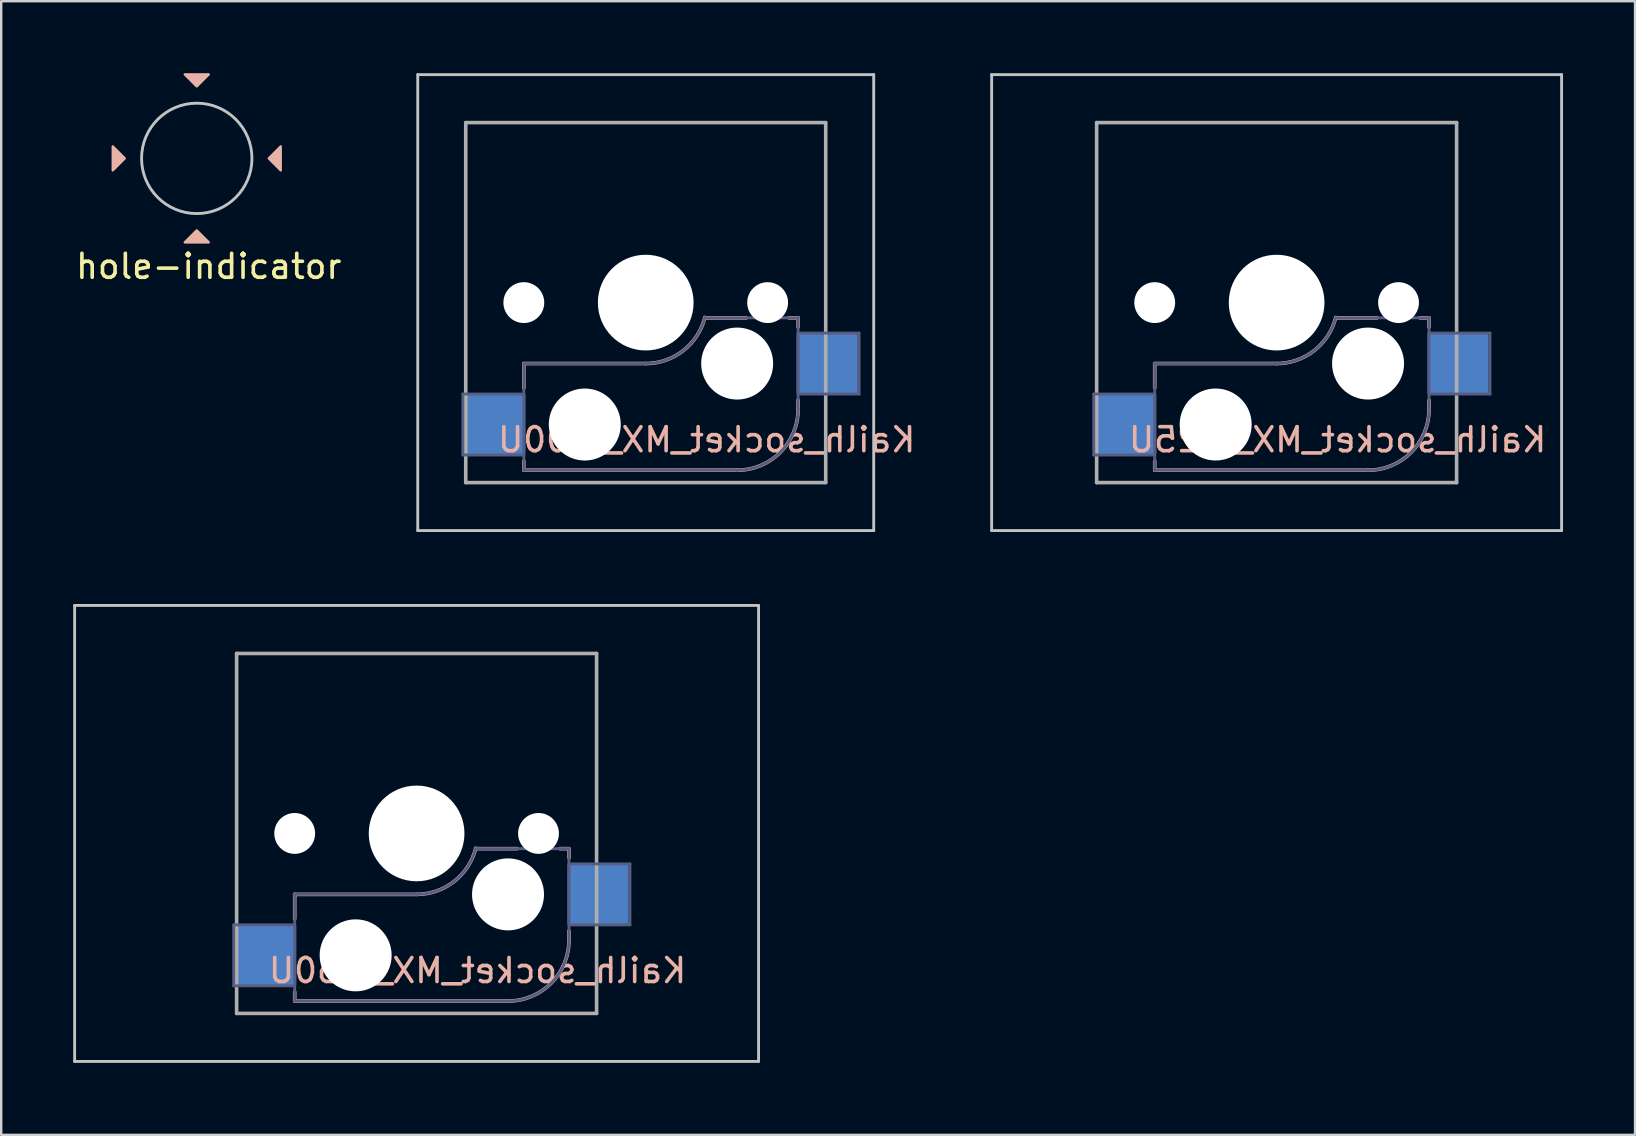
<source format=kicad_pcb>
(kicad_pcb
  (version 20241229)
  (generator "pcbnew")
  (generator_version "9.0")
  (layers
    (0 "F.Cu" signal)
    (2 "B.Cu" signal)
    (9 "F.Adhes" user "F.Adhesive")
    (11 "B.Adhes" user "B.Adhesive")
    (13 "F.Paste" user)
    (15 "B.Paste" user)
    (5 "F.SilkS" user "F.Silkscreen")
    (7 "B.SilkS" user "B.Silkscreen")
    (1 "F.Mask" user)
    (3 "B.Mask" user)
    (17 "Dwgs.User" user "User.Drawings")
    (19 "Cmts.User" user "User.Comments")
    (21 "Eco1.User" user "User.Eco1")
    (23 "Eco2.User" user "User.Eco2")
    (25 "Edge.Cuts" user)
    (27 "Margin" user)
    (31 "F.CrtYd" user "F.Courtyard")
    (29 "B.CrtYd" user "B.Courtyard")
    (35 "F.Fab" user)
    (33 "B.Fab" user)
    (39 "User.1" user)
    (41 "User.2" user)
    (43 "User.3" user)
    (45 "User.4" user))
  (footprint "Kailh_socket_MX_1.25U"
    (layer "F.Cu")
    (at 50.148 9.56)
    (property "Reference" "Kailh_socket_MX_1.25U" (at 2.54 5.715 180) (layer "B.SilkS") (effects (font (size 1 1) (thickness 0.15)) (justify mirror)))
    (attr smd)
    (fp_line (start -5.08 2.54) (end 0 2.54) (stroke (width 0.15) (type solid)) (layer "B.SilkS"))
    (fp_line (start -5.08 3.556) (end -5.08 2.54) (stroke (width 0.15) (type solid)) (layer "B.SilkS"))
    (fp_line (start -5.08 6.985) (end -5.08 6.604) (stroke (width 0.15) (type solid)) (layer "B.SilkS"))
    (fp_line (start 2.464 0.635) (end 4.191 0.635) (stroke (width 0.15) (type solid)) (layer "B.SilkS"))
    (fp_line (start 3.81 6.985) (end -5.08 6.985) (stroke (width 0.15) (type solid)) (layer "B.SilkS"))
    (fp_line (start 5.969 0.635) (end 6.35 0.635) (stroke (width 0.15) (type solid)) (layer "B.SilkS"))
    (fp_line (start 6.35 1.016) (end 6.35 0.635) (stroke (width 0.15) (type solid)) (layer "B.SilkS"))
    (fp_line (start 6.35 4.445) (end 6.35 4.064) (stroke (width 0.15) (type solid)) (layer "B.SilkS"))
    (fp_arc (start 2.464162 0.61604) (mid 1.563147 2.002042) (end 0 2.54) (stroke (width 0.15) (type solid)) (layer "B.SilkS"))
    (fp_arc (start 6.35 4.445) (mid 5.606051 6.241051) (end 3.81 6.985) (stroke (width 0.15) (type solid)) (layer "B.SilkS"))
    (fp_line (start -11.875 -9.5) (end -11.875 9.5) (stroke (width 0.12) (type solid)) (layer "Dwgs.User"))
    (fp_line (start -11.875 -9.5) (end 11.875 -9.5) (stroke (width 0.12) (type solid)) (layer "Dwgs.User"))
    (fp_line (start -11.875 9.5) (end 11.875 9.5) (stroke (width 0.12) (type solid)) (layer "Dwgs.User"))
    (fp_line (start 11.875 -9.5) (end 11.875 9.5) (stroke (width 0.12) (type solid)) (layer "Dwgs.User"))
    (fp_line (start -6.9 6.9) (end -6.9 -6.9) (stroke (width 0.15) (type solid)) (layer "Eco2.User"))
    (fp_line (start -6.9 6.9) (end 6.9 6.9) (stroke (width 0.15) (type solid)) (layer "Eco2.User"))
    (fp_line (start 6.9 -6.9) (end -6.9 -6.9) (stroke (width 0.15) (type solid)) (layer "Eco2.User"))
    (fp_line (start 6.9 -6.9) (end 6.9 6.9) (stroke (width 0.15) (type solid)) (layer "Eco2.User"))
    (fp_line (start -7.62 3.81) (end -5.08 3.81) (stroke (width 0.12) (type solid)) (layer "B.Fab"))
    (fp_line (start -7.62 6.35) (end -7.62 3.81) (stroke (width 0.12) (type solid)) (layer "B.Fab"))
    (fp_line (start -5.08 2.54) (end 0 2.54) (stroke (width 0.12) (type solid)) (layer "B.Fab"))
    (fp_line (start -5.08 6.35) (end -7.62 6.35) (stroke (width 0.12) (type solid)) (layer "B.Fab"))
    (fp_line (start -5.08 6.985) (end -5.08 2.54) (stroke (width 0.12) (type solid)) (layer "B.Fab"))
    (fp_line (start 3.81 6.985) (end -5.08 6.985) (stroke (width 0.12) (type solid)) (layer "B.Fab"))
    (fp_line (start 6.35 0.635) (end 2.54 0.635) (stroke (width 0.12) (type solid)) (layer "B.Fab"))
    (fp_line (start 6.35 0.635) (end 6.35 4.445) (stroke (width 0.12) (type solid)) (layer "B.Fab"))
    (fp_line (start 6.35 1.27) (end 8.89 1.27) (stroke (width 0.12) (type solid)) (layer "B.Fab"))
    (fp_line (start 8.89 1.27) (end 8.89 3.81) (stroke (width 0.12) (type solid)) (layer "B.Fab"))
    (fp_line (start 8.89 3.81) (end 6.35 3.81) (stroke (width 0.12) (type solid)) (layer "B.Fab"))
    (fp_arc (start 2.464162 0.61604) (mid 1.563147 2.002042) (end 0 2.54) (stroke (width 0.12) (type solid)) (layer "B.Fab"))
    (fp_arc (start 6.35 4.445) (mid 5.606051 6.241051) (end 3.81 6.985) (stroke (width 0.12) (type solid)) (layer "B.Fab"))
    (fp_line (start -7.5 -7.5) (end 7.5 -7.5) (stroke (width 0.15) (type solid)) (layer "F.Fab"))
    (fp_line (start -7.5 7.5) (end -7.5 -7.5) (stroke (width 0.15) (type solid)) (layer "F.Fab"))
    (fp_line (start 7.5 -7.5) (end 7.5 7.5) (stroke (width 0.15) (type solid)) (layer "F.Fab"))
    (fp_line (start 7.5 7.5) (end -7.5 7.5) (stroke (width 0.15) (type solid)) (layer "F.Fab"))
    (pad "" np_thru_hole circle (at -5.08 0 180) (size 1.702 1.702) (drill 1.702) (layers "*.Cu" "*.Mask"))
    (pad "" np_thru_hole circle (at -2.54 5.08 180) (size 3 3) (drill 3) (layers "*.Cu" "*.Mask"))
    (pad "" np_thru_hole circle (at 0 0 180) (size 3.988 3.988) (drill 3.988) (layers "*.Cu" "*.Mask"))
    (pad "" np_thru_hole circle (at 3.81 2.54 180) (size 3 3) (drill 3) (layers "*.Cu" "*.Mask"))
    (pad "" np_thru_hole circle (at 5.08 0 180) (size 1.702 1.702) (drill 1.702) (layers "*.Cu" "*.Mask"))
    (pad "1" smd rect (at -6.29 5.08 180) (size 2.55 2.5) (layers "B.Cu" "B.Mask" "B.Paste"))
    (pad "2" smd rect (at 7.56 2.54 180) (size 2.55 2.5) (layers "B.Cu" "B.Mask" "B.Paste")))
  (footprint "Kailh_socket_MX_1.00U"
    (layer "F.Cu")
    (at 23.858 9.56)
    (property "Reference" "Kailh_socket_MX_1.00U" (at 2.54 5.715 180) (layer "B.SilkS") (effects (font (size 1 1) (thickness 0.15)) (justify mirror)))
    (attr smd)
    (fp_line (start -5.08 2.54) (end 0 2.54) (stroke (width 0.15) (type solid)) (layer "B.SilkS"))
    (fp_line (start -5.08 3.556) (end -5.08 2.54) (stroke (width 0.15) (type solid)) (layer "B.SilkS"))
    (fp_line (start -5.08 6.985) (end -5.08 6.604) (stroke (width 0.15) (type solid)) (layer "B.SilkS"))
    (fp_line (start 2.464 0.635) (end 4.191 0.635) (stroke (width 0.15) (type solid)) (layer "B.SilkS"))
    (fp_line (start 3.81 6.985) (end -5.08 6.985) (stroke (width 0.15) (type solid)) (layer "B.SilkS"))
    (fp_line (start 5.969 0.635) (end 6.35 0.635) (stroke (width 0.15) (type solid)) (layer "B.SilkS"))
    (fp_line (start 6.35 1.016) (end 6.35 0.635) (stroke (width 0.15) (type solid)) (layer "B.SilkS"))
    (fp_line (start 6.35 4.445) (end 6.35 4.064) (stroke (width 0.15) (type solid)) (layer "B.SilkS"))
    (fp_arc (start 2.464162 0.61604) (mid 1.563147 2.002042) (end 0 2.54) (stroke (width 0.15) (type solid)) (layer "B.SilkS"))
    (fp_arc (start 6.35 4.445) (mid 5.606051 6.241051) (end 3.81 6.985) (stroke (width 0.15) (type solid)) (layer "B.SilkS"))
    (fp_line (start -9.5 -9.5) (end -9.5 9.5) (stroke (width 0.12) (type solid)) (layer "Dwgs.User"))
    (fp_line (start -9.5 -9.5) (end 9.5 -9.5) (stroke (width 0.12) (type solid)) (layer "Dwgs.User"))
    (fp_line (start -9.5 9.5) (end 9.5 9.5) (stroke (width 0.12) (type solid)) (layer "Dwgs.User"))
    (fp_line (start 9.5 -9.5) (end 9.5 9.5) (stroke (width 0.12) (type solid)) (layer "Dwgs.User"))
    (fp_line (start -6.9 6.9) (end -6.9 -6.9) (stroke (width 0.15) (type solid)) (layer "Eco2.User"))
    (fp_line (start -6.9 6.9) (end 6.9 6.9) (stroke (width 0.15) (type solid)) (layer "Eco2.User"))
    (fp_line (start 6.9 -6.9) (end -6.9 -6.9) (stroke (width 0.15) (type solid)) (layer "Eco2.User"))
    (fp_line (start 6.9 -6.9) (end 6.9 6.9) (stroke (width 0.15) (type solid)) (layer "Eco2.User"))
    (fp_line (start -7.62 3.81) (end -5.08 3.81) (stroke (width 0.12) (type solid)) (layer "B.Fab"))
    (fp_line (start -7.62 6.35) (end -7.62 3.81) (stroke (width 0.12) (type solid)) (layer "B.Fab"))
    (fp_line (start -5.08 2.54) (end 0 2.54) (stroke (width 0.12) (type solid)) (layer "B.Fab"))
    (fp_line (start -5.08 6.35) (end -7.62 6.35) (stroke (width 0.12) (type solid)) (layer "B.Fab"))
    (fp_line (start -5.08 6.985) (end -5.08 2.54) (stroke (width 0.12) (type solid)) (layer "B.Fab"))
    (fp_line (start 3.81 6.985) (end -5.08 6.985) (stroke (width 0.12) (type solid)) (layer "B.Fab"))
    (fp_line (start 6.35 0.635) (end 2.54 0.635) (stroke (width 0.12) (type solid)) (layer "B.Fab"))
    (fp_line (start 6.35 0.635) (end 6.35 4.445) (stroke (width 0.12) (type solid)) (layer "B.Fab"))
    (fp_line (start 6.35 1.27) (end 8.89 1.27) (stroke (width 0.12) (type solid)) (layer "B.Fab"))
    (fp_line (start 8.89 1.27) (end 8.89 3.81) (stroke (width 0.12) (type solid)) (layer "B.Fab"))
    (fp_line (start 8.89 3.81) (end 6.35 3.81) (stroke (width 0.12) (type solid)) (layer "B.Fab"))
    (fp_arc (start 2.464162 0.61604) (mid 1.563147 2.002042) (end 0 2.54) (stroke (width 0.12) (type solid)) (layer "B.Fab"))
    (fp_arc (start 6.35 4.445) (mid 5.606051 6.241051) (end 3.81 6.985) (stroke (width 0.12) (type solid)) (layer "B.Fab"))
    (fp_line (start -7.5 -7.5) (end 7.5 -7.5) (stroke (width 0.15) (type solid)) (layer "F.Fab"))
    (fp_line (start -7.5 7.5) (end -7.5 -7.5) (stroke (width 0.15) (type solid)) (layer "F.Fab"))
    (fp_line (start 7.5 -7.5) (end 7.5 7.5) (stroke (width 0.15) (type solid)) (layer "F.Fab"))
    (fp_line (start 7.5 7.5) (end -7.5 7.5) (stroke (width 0.15) (type solid)) (layer "F.Fab"))
    (pad "" np_thru_hole circle (at -5.08 0 180) (size 1.702 1.702) (drill 1.702) (layers "*.Cu" "*.Mask"))
    (pad "" np_thru_hole circle (at -2.54 5.08 180) (size 3 3) (drill 3) (layers "*.Cu" "*.Mask"))
    (pad "" np_thru_hole circle (at 0 0 180) (size 3.988 3.988) (drill 3.988) (layers "*.Cu" "*.Mask"))
    (pad "" np_thru_hole circle (at 3.81 2.54 180) (size 3 3) (drill 3) (layers "*.Cu" "*.Mask"))
    (pad "" np_thru_hole circle (at 5.08 0 180) (size 1.702 1.702) (drill 1.702) (layers "*.Cu" "*.Mask"))
    (pad "1" smd rect (at -6.29 5.08 180) (size 2.55 2.5) (layers "B.Cu" "B.Mask" "B.Paste"))
    (pad "2" smd rect (at 7.56 2.54 180) (size 2.55 2.5) (layers "B.Cu" "B.Mask" "B.Paste")))
  (footprint "Kailh_socket_MX_1.50U"
    (layer "F.Cu")
    (at 14.31 31.68)
    (property "Reference" "Kailh_socket_MX_1.50U" (at 2.54 5.715 180) (layer "B.SilkS") (effects (font (size 1 1) (thickness 0.15)) (justify mirror)))
    (attr smd)
    (fp_line (start -5.08 2.54) (end 0 2.54) (stroke (width 0.15) (type solid)) (layer "B.SilkS"))
    (fp_line (start -5.08 3.556) (end -5.08 2.54) (stroke (width 0.15) (type solid)) (layer "B.SilkS"))
    (fp_line (start -5.08 6.985) (end -5.08 6.604) (stroke (width 0.15) (type solid)) (layer "B.SilkS"))
    (fp_line (start 2.464 0.635) (end 4.191 0.635) (stroke (width 0.15) (type solid)) (layer "B.SilkS"))
    (fp_line (start 3.81 6.985) (end -5.08 6.985) (stroke (width 0.15) (type solid)) (layer "B.SilkS"))
    (fp_line (start 5.969 0.635) (end 6.35 0.635) (stroke (width 0.15) (type solid)) (layer "B.SilkS"))
    (fp_line (start 6.35 1.016) (end 6.35 0.635) (stroke (width 0.15) (type solid)) (layer "B.SilkS"))
    (fp_line (start 6.35 4.445) (end 6.35 4.064) (stroke (width 0.15) (type solid)) (layer "B.SilkS"))
    (fp_arc (start 2.464162 0.61604) (mid 1.563147 2.002042) (end 0 2.54) (stroke (width 0.15) (type solid)) (layer "B.SilkS"))
    (fp_arc (start 6.35 4.445) (mid 5.606051 6.241051) (end 3.81 6.985) (stroke (width 0.15) (type solid)) (layer "B.SilkS"))
    (fp_line (start -14.25 -9.5) (end -14.25 9.5) (stroke (width 0.12) (type solid)) (layer "Dwgs.User"))
    (fp_line (start -14.25 -9.5) (end 14.25 -9.5) (stroke (width 0.12) (type solid)) (layer "Dwgs.User"))
    (fp_line (start -14.25 9.5) (end 14.25 9.5) (stroke (width 0.12) (type solid)) (layer "Dwgs.User"))
    (fp_line (start 14.25 -9.5) (end 14.25 9.5) (stroke (width 0.12) (type solid)) (layer "Dwgs.User"))
    (fp_line (start -6.9 6.9) (end -6.9 -6.9) (stroke (width 0.15) (type solid)) (layer "Eco2.User"))
    (fp_line (start -6.9 6.9) (end 6.9 6.9) (stroke (width 0.15) (type solid)) (layer "Eco2.User"))
    (fp_line (start 6.9 -6.9) (end -6.9 -6.9) (stroke (width 0.15) (type solid)) (layer "Eco2.User"))
    (fp_line (start 6.9 -6.9) (end 6.9 6.9) (stroke (width 0.15) (type solid)) (layer "Eco2.User"))
    (fp_line (start -7.62 3.81) (end -5.08 3.81) (stroke (width 0.12) (type solid)) (layer "B.Fab"))
    (fp_line (start -7.62 6.35) (end -7.62 3.81) (stroke (width 0.12) (type solid)) (layer "B.Fab"))
    (fp_line (start -5.08 2.54) (end 0 2.54) (stroke (width 0.12) (type solid)) (layer "B.Fab"))
    (fp_line (start -5.08 6.35) (end -7.62 6.35) (stroke (width 0.12) (type solid)) (layer "B.Fab"))
    (fp_line (start -5.08 6.985) (end -5.08 2.54) (stroke (width 0.12) (type solid)) (layer "B.Fab"))
    (fp_line (start 3.81 6.985) (end -5.08 6.985) (stroke (width 0.12) (type solid)) (layer "B.Fab"))
    (fp_line (start 6.35 0.635) (end 2.54 0.635) (stroke (width 0.12) (type solid)) (layer "B.Fab"))
    (fp_line (start 6.35 0.635) (end 6.35 4.445) (stroke (width 0.12) (type solid)) (layer "B.Fab"))
    (fp_line (start 6.35 1.27) (end 8.89 1.27) (stroke (width 0.12) (type solid)) (layer "B.Fab"))
    (fp_line (start 8.89 1.27) (end 8.89 3.81) (stroke (width 0.12) (type solid)) (layer "B.Fab"))
    (fp_line (start 8.89 3.81) (end 6.35 3.81) (stroke (width 0.12) (type solid)) (layer "B.Fab"))
    (fp_arc (start 2.464162 0.61604) (mid 1.563147 2.002042) (end 0 2.54) (stroke (width 0.12) (type solid)) (layer "B.Fab"))
    (fp_arc (start 6.35 4.445) (mid 5.606051 6.241051) (end 3.81 6.985) (stroke (width 0.12) (type solid)) (layer "B.Fab"))
    (fp_line (start -7.5 -7.5) (end 7.5 -7.5) (stroke (width 0.15) (type solid)) (layer "F.Fab"))
    (fp_line (start -7.5 7.5) (end -7.5 -7.5) (stroke (width 0.15) (type solid)) (layer "F.Fab"))
    (fp_line (start 7.5 -7.5) (end 7.5 7.5) (stroke (width 0.15) (type solid)) (layer "F.Fab"))
    (fp_line (start 7.5 7.5) (end -7.5 7.5) (stroke (width 0.15) (type solid)) (layer "F.Fab"))
    (pad "" np_thru_hole circle (at -5.08 0 180) (size 1.702 1.702) (drill 1.702) (layers "*.Cu" "*.Mask"))
    (pad "" np_thru_hole circle (at -2.54 5.08 180) (size 3 3) (drill 3) (layers "*.Cu" "*.Mask"))
    (pad "" np_thru_hole circle (at 0 0 180) (size 3.988 3.988) (drill 3.988) (layers "*.Cu" "*.Mask"))
    (pad "" np_thru_hole circle (at 3.81 2.54 180) (size 3 3) (drill 3) (layers "*.Cu" "*.Mask"))
    (pad "" np_thru_hole circle (at 5.08 0 180) (size 1.702 1.702) (drill 1.702) (layers "*.Cu" "*.Mask"))
    (pad "1" smd rect (at -6.29 5.08 180) (size 2.55 2.5) (layers "B.Cu" "B.Mask" "B.Paste"))
    (pad "2" smd rect (at 7.56 2.54 180) (size 2.55 2.5) (layers "B.Cu" "B.Mask" "B.Paste")))
  (footprint "hole-indicator"
    (layer "F.Cu")
    (at 5.149 3.55)
    (property "Reference" "hole-indicator" (at 0.5 4.5 0) (layer "F.SilkS") (effects (font (size 1 1) (thickness 0.15))))
    (attr through_hole)
    (fp_poly (pts (xy -3.5 0.5) (xy -3.5 -0.5) (xy -3 0)) (stroke (width 0.1) (type solid)) (fill yes) (layer "B.SilkS"))
    (fp_poly (pts (xy -0.5 -3.5) (xy 0.5 -3.5) (xy 0 -3)) (stroke (width 0.1) (type solid)) (fill yes) (layer "B.SilkS"))
    (fp_poly (pts (xy 0.5 3.5) (xy -0.5 3.5) (xy 0 3)) (stroke (width 0.1) (type solid)) (fill yes) (layer "B.SilkS"))
    (fp_poly (pts (xy 3.5 -0.5) (xy 3.5 0.5) (xy 3 0)) (stroke (width 0.1) (type solid)) (fill yes) (layer "B.SilkS"))
    (fp_circle (center 0 0) (end 2.3 0) (stroke (width 0.12) (type solid)) (fill no) (layer "Dwgs.User")))
  (gr_rect
    (start -3 -3)
    (end 65.083 44.24)
    (stroke (width 0.1) (type default))
    (fill no)
    (layer "Edge.Cuts")))
</source>
